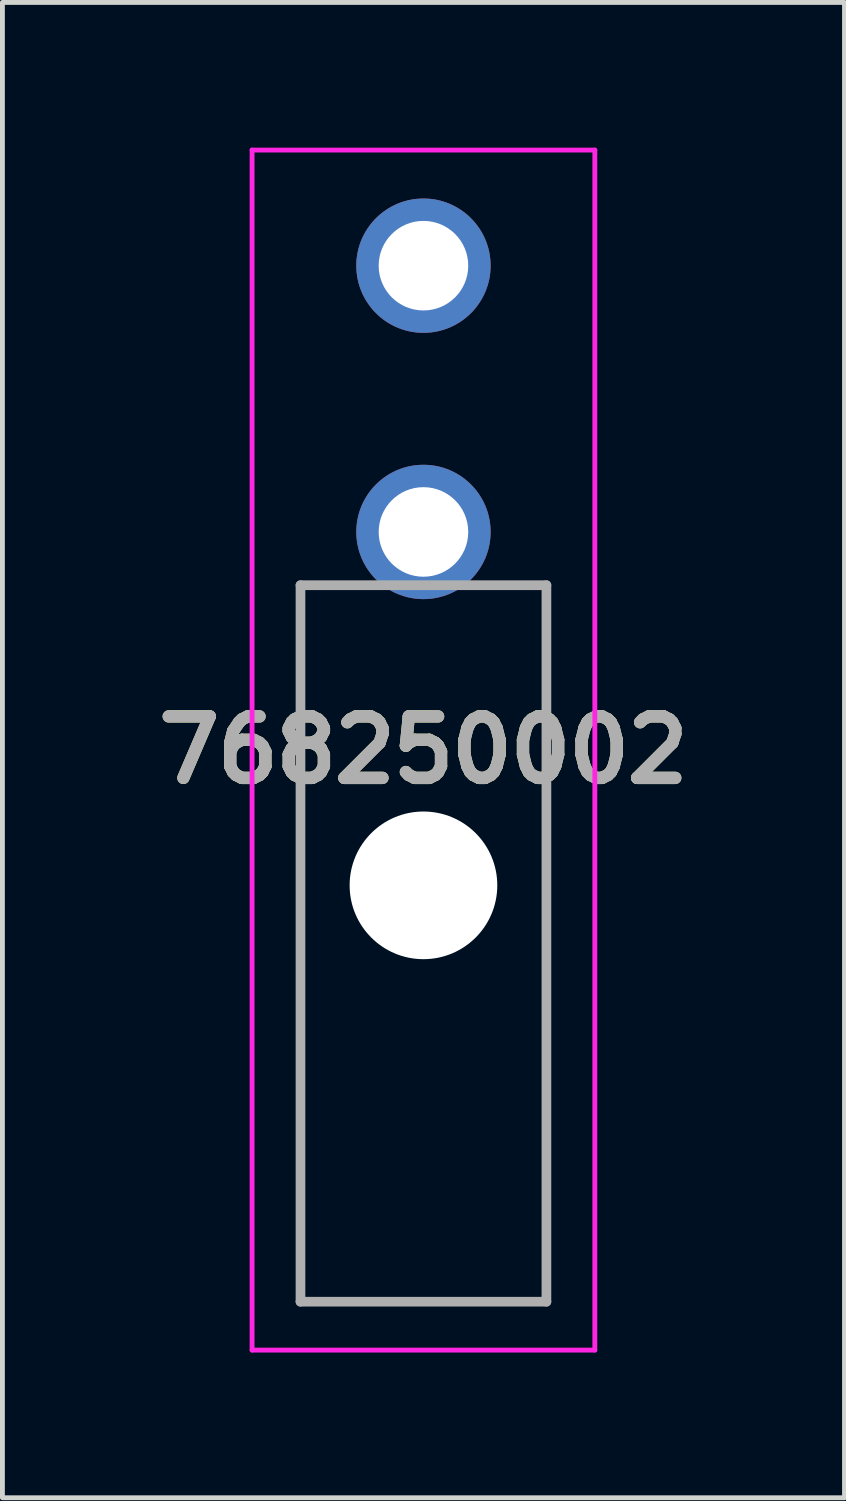
<source format=kicad_pcb>
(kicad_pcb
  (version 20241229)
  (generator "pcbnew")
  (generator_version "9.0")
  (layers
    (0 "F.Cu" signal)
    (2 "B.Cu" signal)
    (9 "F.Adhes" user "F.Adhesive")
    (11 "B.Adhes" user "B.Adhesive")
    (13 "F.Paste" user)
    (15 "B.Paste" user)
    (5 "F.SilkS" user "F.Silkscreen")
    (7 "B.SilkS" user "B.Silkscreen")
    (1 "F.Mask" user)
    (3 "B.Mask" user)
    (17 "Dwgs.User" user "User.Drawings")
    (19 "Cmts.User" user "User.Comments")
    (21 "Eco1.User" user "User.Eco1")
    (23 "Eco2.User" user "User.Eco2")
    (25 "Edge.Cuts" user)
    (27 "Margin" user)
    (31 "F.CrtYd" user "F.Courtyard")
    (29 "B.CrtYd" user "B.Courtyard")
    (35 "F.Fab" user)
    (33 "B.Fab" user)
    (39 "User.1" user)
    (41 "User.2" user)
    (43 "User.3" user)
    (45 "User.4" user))
  (footprint "768250002"
    (layer "F.Cu")
    (at 5.697 13.138)
    (property "Reference" "768250002" (at 0 -0.694 0) (layer "F.SilkS") (effects (font (size 1.27 1.27) (thickness 0.254))))
    (attr through_hole)
    (fp_line (start -2.54 10.7) (end -2.54 -4.1) (stroke (width 0.1) (type solid)) (layer "F.SilkS"))
    (fp_line (start 2.5 10.7) (end -2.54 10.7) (stroke (width 0.1) (type solid)) (layer "F.SilkS"))
    (fp_line (start 2.54 -4.1) (end 2.5 10.7) (stroke (width 0.1) (type solid)) (layer "F.SilkS"))
    (fp_line (start -3.54 -13.088) (end 3.54 -13.088) (stroke (width 0.1) (type solid)) (layer "F.CrtYd"))
    (fp_line (start -3.54 11.7) (end -3.54 -13.088) (stroke (width 0.1) (type solid)) (layer "F.CrtYd"))
    (fp_line (start 3.54 -13.088) (end 3.54 11.7) (stroke (width 0.1) (type solid)) (layer "F.CrtYd"))
    (fp_line (start 3.54 11.7) (end -3.54 11.7) (stroke (width 0.1) (type solid)) (layer "F.CrtYd"))
    (fp_line (start -2.54 -4.1) (end 2.54 -4.1) (stroke (width 0.2) (type solid)) (layer "F.Fab"))
    (fp_line (start -2.54 10.7) (end -2.54 -4.1) (stroke (width 0.2) (type solid)) (layer "F.Fab"))
    (fp_line (start 2.54 -4.1) (end 2.54 10.7) (stroke (width 0.2) (type solid)) (layer "F.Fab"))
    (fp_line (start 2.54 10.7) (end -2.54 10.7) (stroke (width 0.2) (type solid)) (layer "F.Fab"))
    (fp_text user "${REFERENCE}" (at 0 -0.694 0) (layer "F.Fab") (effects (font (size 1.27 1.27) (thickness 0.254))))
    (pad "" np_thru_hole circle (at 0 2.1) (size 3.05 3.05) (drill 3.05) (layers "*.Cu" "*.Mask"))
    (pad "1" thru_hole circle (at 0 -10.7) (size 2.775 2.775) (drill 1.85) (layers "*.Cu" "*.Mask"))
    (pad "2" thru_hole circle (at 0 -5.2) (size 2.775 2.775) (drill 1.85) (layers "*.Cu" "*.Mask")))
  (gr_rect
    (start -3 -3)
    (end 14.394 27.888)
    (stroke (width 0.1) (type default))
    (fill no)
    (layer "Edge.Cuts")))
</source>
